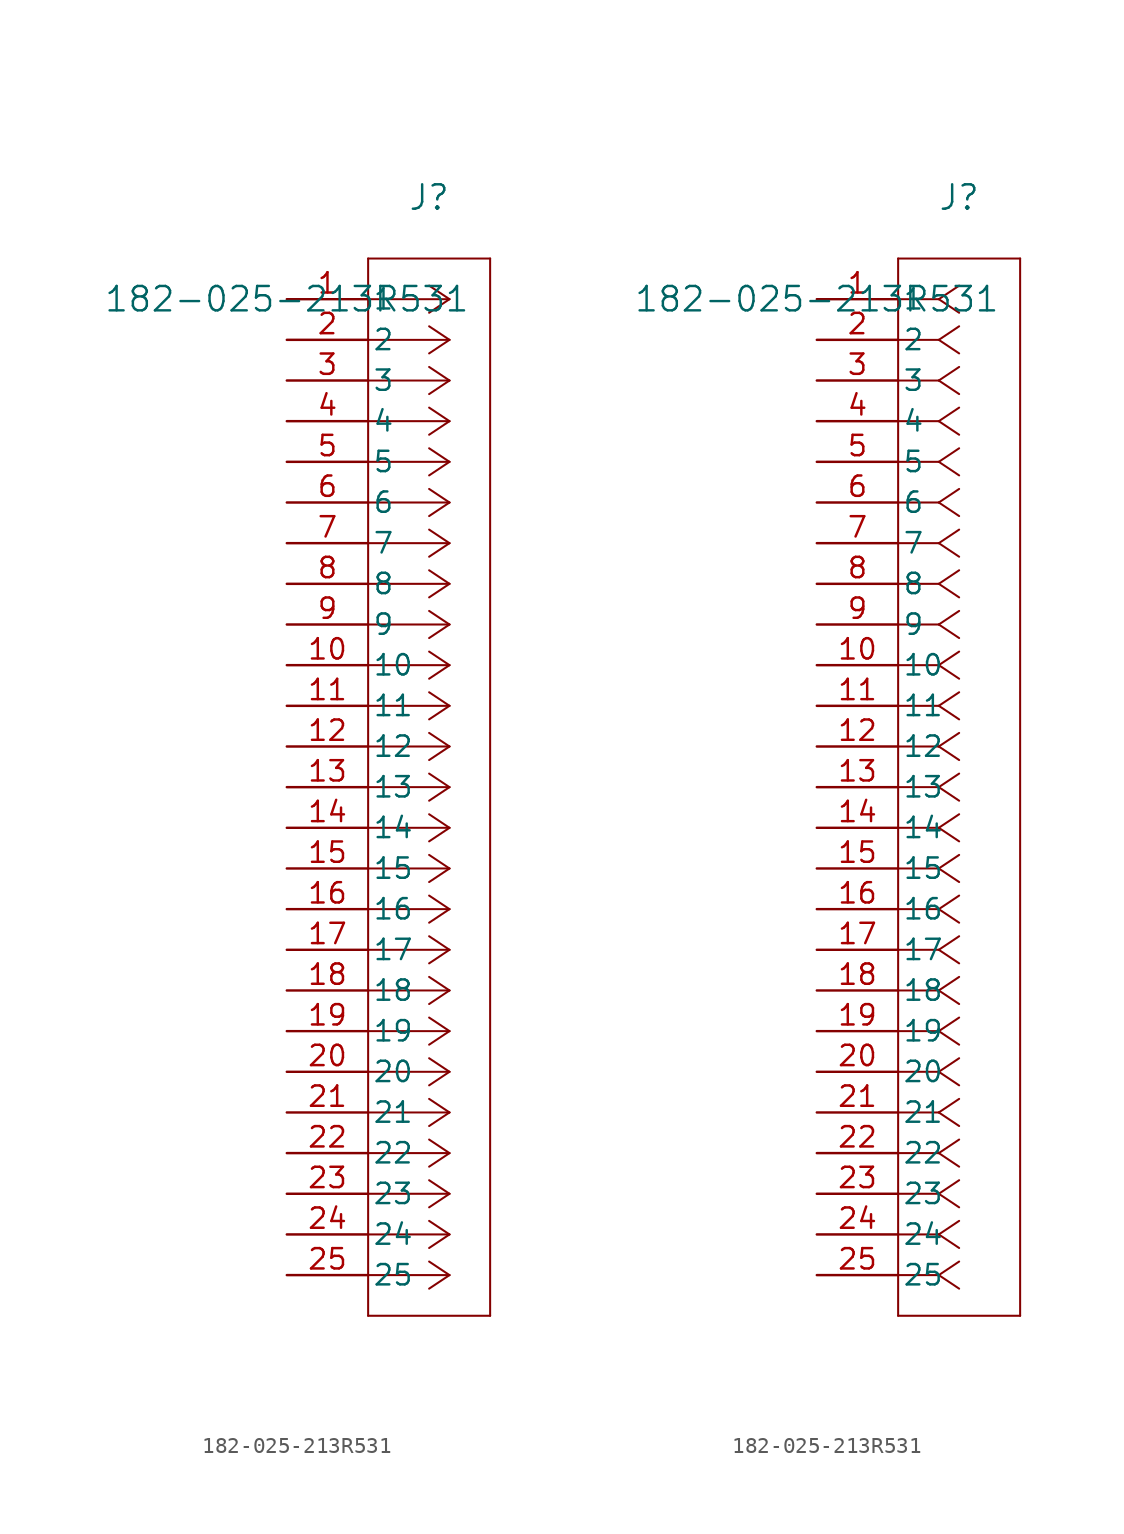
<source format=kicad_sym>
(kicad_symbol_lib
  (version 20211014)
  (generator kicad_symbol_editor)
  (symbol "182-025-213R531"
    (pin_names
      (offset 0.254))
    (property "Reference" "J"
      (at 8.89 6.35 0)
      (effects (font (size 1.524 1.524))))
    (property "Value" "182-025-213R531"
      (at 0 0 0)
      (effects (font (size 1.524 1.524))))
    (symbol "182-025-213R531_1_1"
      (polyline (pts (xy 10.16 0) (xy 5.08 0)) (stroke (width 0.127) (type default) (color 0 0 0 0)) (fill (type none)))
      (polyline (pts (xy 10.16 -2.54) (xy 5.08 -2.54)) (stroke (width 0.127) (type default) (color 0 0 0 0)) (fill (type none)))
      (polyline (pts (xy 10.16 -5.08) (xy 5.08 -5.08)) (stroke (width 0.127) (type default) (color 0 0 0 0)) (fill (type none)))
      (polyline (pts (xy 10.16 -7.62) (xy 5.08 -7.62)) (stroke (width 0.127) (type default) (color 0 0 0 0)) (fill (type none)))
      (polyline (pts (xy 10.16 -10.16) (xy 5.08 -10.16)) (stroke (width 0.127) (type default) (color 0 0 0 0)) (fill (type none)))
      (polyline (pts (xy 10.16 -12.7) (xy 5.08 -12.7)) (stroke (width 0.127) (type default) (color 0 0 0 0)) (fill (type none)))
      (polyline (pts (xy 10.16 -15.24) (xy 5.08 -15.24)) (stroke (width 0.127) (type default) (color 0 0 0 0)) (fill (type none)))
      (polyline (pts (xy 10.16 -17.78) (xy 5.08 -17.78)) (stroke (width 0.127) (type default) (color 0 0 0 0)) (fill (type none)))
      (polyline (pts (xy 10.16 -20.32) (xy 5.08 -20.32)) (stroke (width 0.127) (type default) (color 0 0 0 0)) (fill (type none)))
      (polyline (pts (xy 10.16 -22.86) (xy 5.08 -22.86)) (stroke (width 0.127) (type default) (color 0 0 0 0)) (fill (type none)))
      (polyline (pts (xy 10.16 -25.4) (xy 5.08 -25.4)) (stroke (width 0.127) (type default) (color 0 0 0 0)) (fill (type none)))
      (polyline (pts (xy 10.16 -27.94) (xy 5.08 -27.94)) (stroke (width 0.127) (type default) (color 0 0 0 0)) (fill (type none)))
      (polyline (pts (xy 10.16 -30.48) (xy 5.08 -30.48)) (stroke (width 0.127) (type default) (color 0 0 0 0)) (fill (type none)))
      (polyline (pts (xy 10.16 -33.02) (xy 5.08 -33.02)) (stroke (width 0.127) (type default) (color 0 0 0 0)) (fill (type none)))
      (polyline (pts (xy 10.16 -35.56) (xy 5.08 -35.56)) (stroke (width 0.127) (type default) (color 0 0 0 0)) (fill (type none)))
      (polyline (pts (xy 10.16 -38.1) (xy 5.08 -38.1)) (stroke (width 0.127) (type default) (color 0 0 0 0)) (fill (type none)))
      (polyline (pts (xy 10.16 -40.64) (xy 5.08 -40.64)) (stroke (width 0.127) (type default) (color 0 0 0 0)) (fill (type none)))
      (polyline (pts (xy 10.16 -43.18) (xy 5.08 -43.18)) (stroke (width 0.127) (type default) (color 0 0 0 0)) (fill (type none)))
      (polyline (pts (xy 10.16 -45.72) (xy 5.08 -45.72)) (stroke (width 0.127) (type default) (color 0 0 0 0)) (fill (type none)))
      (polyline (pts (xy 10.16 -48.26) (xy 5.08 -48.26)) (stroke (width 0.127) (type default) (color 0 0 0 0)) (fill (type none)))
      (polyline (pts (xy 10.16 -50.8) (xy 5.08 -50.8)) (stroke (width 0.127) (type default) (color 0 0 0 0)) (fill (type none)))
      (polyline (pts (xy 10.16 -53.34) (xy 5.08 -53.34)) (stroke (width 0.127) (type default) (color 0 0 0 0)) (fill (type none)))
      (polyline (pts (xy 10.16 -55.88) (xy 5.08 -55.88)) (stroke (width 0.127) (type default) (color 0 0 0 0)) (fill (type none)))
      (polyline (pts (xy 10.16 -58.42) (xy 5.08 -58.42)) (stroke (width 0.127) (type default) (color 0 0 0 0)) (fill (type none)))
      (polyline (pts (xy 10.16 -60.96) (xy 5.08 -60.96)) (stroke (width 0.127) (type default) (color 0 0 0 0)) (fill (type none)))
      (polyline (pts (xy 10.16 0) (xy 8.89 0.847)) (stroke (width 0.127) (type default) (color 0 0 0 0)) (fill (type none)))
      (polyline (pts (xy 10.16 -2.54) (xy 8.89 -1.693)) (stroke (width 0.127) (type default) (color 0 0 0 0)) (fill (type none)))
      (polyline (pts (xy 10.16 -5.08) (xy 8.89 -4.233)) (stroke (width 0.127) (type default) (color 0 0 0 0)) (fill (type none)))
      (polyline (pts (xy 10.16 -7.62) (xy 8.89 -6.773)) (stroke (width 0.127) (type default) (color 0 0 0 0)) (fill (type none)))
      (polyline (pts (xy 10.16 -10.16) (xy 8.89 -9.313)) (stroke (width 0.127) (type default) (color 0 0 0 0)) (fill (type none)))
      (polyline (pts (xy 10.16 -12.7) (xy 8.89 -11.853)) (stroke (width 0.127) (type default) (color 0 0 0 0)) (fill (type none)))
      (polyline (pts (xy 10.16 -15.24) (xy 8.89 -14.393)) (stroke (width 0.127) (type default) (color 0 0 0 0)) (fill (type none)))
      (polyline (pts (xy 10.16 -17.78) (xy 8.89 -16.933)) (stroke (width 0.127) (type default) (color 0 0 0 0)) (fill (type none)))
      (polyline (pts (xy 10.16 -20.32) (xy 8.89 -19.473)) (stroke (width 0.127) (type default) (color 0 0 0 0)) (fill (type none)))
      (polyline (pts (xy 10.16 -22.86) (xy 8.89 -22.013)) (stroke (width 0.127) (type default) (color 0 0 0 0)) (fill (type none)))
      (polyline (pts (xy 10.16 -25.4) (xy 8.89 -24.553)) (stroke (width 0.127) (type default) (color 0 0 0 0)) (fill (type none)))
      (polyline (pts (xy 10.16 -27.94) (xy 8.89 -27.093)) (stroke (width 0.127) (type default) (color 0 0 0 0)) (fill (type none)))
      (polyline (pts (xy 10.16 -30.48) (xy 8.89 -29.633)) (stroke (width 0.127) (type default) (color 0 0 0 0)) (fill (type none)))
      (polyline (pts (xy 10.16 -33.02) (xy 8.89 -32.173)) (stroke (width 0.127) (type default) (color 0 0 0 0)) (fill (type none)))
      (polyline (pts (xy 10.16 -35.56) (xy 8.89 -34.713)) (stroke (width 0.127) (type default) (color 0 0 0 0)) (fill (type none)))
      (polyline (pts (xy 10.16 -38.1) (xy 8.89 -37.253)) (stroke (width 0.127) (type default) (color 0 0 0 0)) (fill (type none)))
      (polyline (pts (xy 10.16 -40.64) (xy 8.89 -39.793)) (stroke (width 0.127) (type default) (color 0 0 0 0)) (fill (type none)))
      (polyline (pts (xy 10.16 -43.18) (xy 8.89 -42.333)) (stroke (width 0.127) (type default) (color 0 0 0 0)) (fill (type none)))
      (polyline (pts (xy 10.16 -45.72) (xy 8.89 -44.873)) (stroke (width 0.127) (type default) (color 0 0 0 0)) (fill (type none)))
      (polyline (pts (xy 10.16 -48.26) (xy 8.89 -47.413)) (stroke (width 0.127) (type default) (color 0 0 0 0)) (fill (type none)))
      (polyline (pts (xy 10.16 -50.8) (xy 8.89 -49.953)) (stroke (width 0.127) (type default) (color 0 0 0 0)) (fill (type none)))
      (polyline (pts (xy 10.16 -53.34) (xy 8.89 -52.493)) (stroke (width 0.127) (type default) (color 0 0 0 0)) (fill (type none)))
      (polyline (pts (xy 10.16 -55.88) (xy 8.89 -55.033)) (stroke (width 0.127) (type default) (color 0 0 0 0)) (fill (type none)))
      (polyline (pts (xy 10.16 -58.42) (xy 8.89 -57.573)) (stroke (width 0.127) (type default) (color 0 0 0 0)) (fill (type none)))
      (polyline (pts (xy 10.16 -60.96) (xy 8.89 -60.113)) (stroke (width 0.127) (type default) (color 0 0 0 0)) (fill (type none)))
      (polyline (pts (xy 10.16 0) (xy 8.89 -0.847)) (stroke (width 0.127) (type default) (color 0 0 0 0)) (fill (type none)))
      (polyline (pts (xy 10.16 -2.54) (xy 8.89 -3.387)) (stroke (width 0.127) (type default) (color 0 0 0 0)) (fill (type none)))
      (polyline (pts (xy 10.16 -5.08) (xy 8.89 -5.927)) (stroke (width 0.127) (type default) (color 0 0 0 0)) (fill (type none)))
      (polyline (pts (xy 10.16 -7.62) (xy 8.89 -8.467)) (stroke (width 0.127) (type default) (color 0 0 0 0)) (fill (type none)))
      (polyline (pts (xy 10.16 -10.16) (xy 8.89 -11.007)) (stroke (width 0.127) (type default) (color 0 0 0 0)) (fill (type none)))
      (polyline (pts (xy 10.16 -12.7) (xy 8.89 -13.547)) (stroke (width 0.127) (type default) (color 0 0 0 0)) (fill (type none)))
      (polyline (pts (xy 10.16 -15.24) (xy 8.89 -16.087)) (stroke (width 0.127) (type default) (color 0 0 0 0)) (fill (type none)))
      (polyline (pts (xy 10.16 -17.78) (xy 8.89 -18.627)) (stroke (width 0.127) (type default) (color 0 0 0 0)) (fill (type none)))
      (polyline (pts (xy 10.16 -20.32) (xy 8.89 -21.167)) (stroke (width 0.127) (type default) (color 0 0 0 0)) (fill (type none)))
      (polyline (pts (xy 10.16 -22.86) (xy 8.89 -23.707)) (stroke (width 0.127) (type default) (color 0 0 0 0)) (fill (type none)))
      (polyline (pts (xy 10.16 -25.4) (xy 8.89 -26.247)) (stroke (width 0.127) (type default) (color 0 0 0 0)) (fill (type none)))
      (polyline (pts (xy 10.16 -27.94) (xy 8.89 -28.787)) (stroke (width 0.127) (type default) (color 0 0 0 0)) (fill (type none)))
      (polyline (pts (xy 10.16 -30.48) (xy 8.89 -31.327)) (stroke (width 0.127) (type default) (color 0 0 0 0)) (fill (type none)))
      (polyline (pts (xy 10.16 -33.02) (xy 8.89 -33.867)) (stroke (width 0.127) (type default) (color 0 0 0 0)) (fill (type none)))
      (polyline (pts (xy 10.16 -35.56) (xy 8.89 -36.407)) (stroke (width 0.127) (type default) (color 0 0 0 0)) (fill (type none)))
      (polyline (pts (xy 10.16 -38.1) (xy 8.89 -38.947)) (stroke (width 0.127) (type default) (color 0 0 0 0)) (fill (type none)))
      (polyline (pts (xy 10.16 -40.64) (xy 8.89 -41.487)) (stroke (width 0.127) (type default) (color 0 0 0 0)) (fill (type none)))
      (polyline (pts (xy 10.16 -43.18) (xy 8.89 -44.027)) (stroke (width 0.127) (type default) (color 0 0 0 0)) (fill (type none)))
      (polyline (pts (xy 10.16 -45.72) (xy 8.89 -46.567)) (stroke (width 0.127) (type default) (color 0 0 0 0)) (fill (type none)))
      (polyline (pts (xy 10.16 -48.26) (xy 8.89 -49.107)) (stroke (width 0.127) (type default) (color 0 0 0 0)) (fill (type none)))
      (polyline (pts (xy 10.16 -50.8) (xy 8.89 -51.647)) (stroke (width 0.127) (type default) (color 0 0 0 0)) (fill (type none)))
      (polyline (pts (xy 10.16 -53.34) (xy 8.89 -54.187)) (stroke (width 0.127) (type default) (color 0 0 0 0)) (fill (type none)))
      (polyline (pts (xy 10.16 -55.88) (xy 8.89 -56.727)) (stroke (width 0.127) (type default) (color 0 0 0 0)) (fill (type none)))
      (polyline (pts (xy 10.16 -58.42) (xy 8.89 -59.267)) (stroke (width 0.127) (type default) (color 0 0 0 0)) (fill (type none)))
      (polyline (pts (xy 10.16 -60.96) (xy 8.89 -61.807)) (stroke (width 0.127) (type default) (color 0 0 0 0)) (fill (type none)))
      (polyline (pts (xy 5.08 2.54) (xy 5.08 -63.5)) (stroke (width 0.127) (type default) (color 0 0 0 0)) (fill (type none)))
      (polyline (pts (xy 5.08 -63.5) (xy 12.7 -63.5)) (stroke (width 0.127) (type default) (color 0 0 0 0)) (fill (type none)))
      (polyline (pts (xy 12.7 -63.5) (xy 12.7 2.54)) (stroke (width 0.127) (type default) (color 0 0 0 0)) (fill (type none)))
      (polyline (pts (xy 12.7 2.54) (xy 5.08 2.54)) (stroke (width 0.127) (type default) (color 0 0 0 0)) (fill (type none)))
      (pin unspecified line (at 0 0 0) (length 5.08) (name "1" (effects (font (size 1.27 1.27)))) (number "1" (effects (font (size 1.27 1.27)))))
      (pin unspecified line (at 0 -2.54 0) (length 5.08) (name "2" (effects (font (size 1.27 1.27)))) (number "2" (effects (font (size 1.27 1.27)))))
      (pin unspecified line (at 0 -5.08 0) (length 5.08) (name "3" (effects (font (size 1.27 1.27)))) (number "3" (effects (font (size 1.27 1.27)))))
      (pin unspecified line (at 0 -7.62 0) (length 5.08) (name "4" (effects (font (size 1.27 1.27)))) (number "4" (effects (font (size 1.27 1.27)))))
      (pin unspecified line (at 0 -10.16 0) (length 5.08) (name "5" (effects (font (size 1.27 1.27)))) (number "5" (effects (font (size 1.27 1.27)))))
      (pin unspecified line (at 0 -12.7 0) (length 5.08) (name "6" (effects (font (size 1.27 1.27)))) (number "6" (effects (font (size 1.27 1.27)))))
      (pin unspecified line (at 0 -15.24 0) (length 5.08) (name "7" (effects (font (size 1.27 1.27)))) (number "7" (effects (font (size 1.27 1.27)))))
      (pin unspecified line (at 0 -17.78 0) (length 5.08) (name "8" (effects (font (size 1.27 1.27)))) (number "8" (effects (font (size 1.27 1.27)))))
      (pin unspecified line (at 0 -20.32 0) (length 5.08) (name "9" (effects (font (size 1.27 1.27)))) (number "9" (effects (font (size 1.27 1.27)))))
      (pin unspecified line (at 0 -22.86 0) (length 5.08) (name "10" (effects (font (size 1.27 1.27)))) (number "10" (effects (font (size 1.27 1.27)))))
      (pin unspecified line (at 0 -25.4 0) (length 5.08) (name "11" (effects (font (size 1.27 1.27)))) (number "11" (effects (font (size 1.27 1.27)))))
      (pin unspecified line (at 0 -27.94 0) (length 5.08) (name "12" (effects (font (size 1.27 1.27)))) (number "12" (effects (font (size 1.27 1.27)))))
      (pin unspecified line (at 0 -30.48 0) (length 5.08) (name "13" (effects (font (size 1.27 1.27)))) (number "13" (effects (font (size 1.27 1.27)))))
      (pin unspecified line (at 0 -33.02 0) (length 5.08) (name "14" (effects (font (size 1.27 1.27)))) (number "14" (effects (font (size 1.27 1.27)))))
      (pin unspecified line (at 0 -35.56 0) (length 5.08) (name "15" (effects (font (size 1.27 1.27)))) (number "15" (effects (font (size 1.27 1.27)))))
      (pin unspecified line (at 0 -38.1 0) (length 5.08) (name "16" (effects (font (size 1.27 1.27)))) (number "16" (effects (font (size 1.27 1.27)))))
      (pin unspecified line (at 0 -40.64 0) (length 5.08) (name "17" (effects (font (size 1.27 1.27)))) (number "17" (effects (font (size 1.27 1.27)))))
      (pin unspecified line (at 0 -43.18 0) (length 5.08) (name "18" (effects (font (size 1.27 1.27)))) (number "18" (effects (font (size 1.27 1.27)))))
      (pin unspecified line (at 0 -45.72 0) (length 5.08) (name "19" (effects (font (size 1.27 1.27)))) (number "19" (effects (font (size 1.27 1.27)))))
      (pin unspecified line (at 0 -48.26 0) (length 5.08) (name "20" (effects (font (size 1.27 1.27)))) (number "20" (effects (font (size 1.27 1.27)))))
      (pin unspecified line (at 0 -50.8 0) (length 5.08) (name "21" (effects (font (size 1.27 1.27)))) (number "21" (effects (font (size 1.27 1.27)))))
      (pin unspecified line (at 0 -53.34 0) (length 5.08) (name "22" (effects (font (size 1.27 1.27)))) (number "22" (effects (font (size 1.27 1.27)))))
      (pin unspecified line (at 0 -55.88 0) (length 5.08) (name "23" (effects (font (size 1.27 1.27)))) (number "23" (effects (font (size 1.27 1.27)))))
      (pin unspecified line (at 0 -58.42 0) (length 5.08) (name "24" (effects (font (size 1.27 1.27)))) (number "24" (effects (font (size 1.27 1.27)))))
      (pin unspecified line (at 0 -60.96 0) (length 5.08) (name "25" (effects (font (size 1.27 1.27)))) (number "25" (effects (font (size 1.27 1.27))))))
    (symbol "182-025-213R531_1_2"
      (polyline (pts (xy 7.62 0) (xy 5.08 0)) (stroke (width 0.127) (type default) (color 0 0 0 0)) (fill (type none)))
      (polyline (pts (xy 7.62 -2.54) (xy 5.08 -2.54)) (stroke (width 0.127) (type default) (color 0 0 0 0)) (fill (type none)))
      (polyline (pts (xy 7.62 -5.08) (xy 5.08 -5.08)) (stroke (width 0.127) (type default) (color 0 0 0 0)) (fill (type none)))
      (polyline (pts (xy 7.62 -7.62) (xy 5.08 -7.62)) (stroke (width 0.127) (type default) (color 0 0 0 0)) (fill (type none)))
      (polyline (pts (xy 7.62 -10.16) (xy 5.08 -10.16)) (stroke (width 0.127) (type default) (color 0 0 0 0)) (fill (type none)))
      (polyline (pts (xy 7.62 -12.7) (xy 5.08 -12.7)) (stroke (width 0.127) (type default) (color 0 0 0 0)) (fill (type none)))
      (polyline (pts (xy 7.62 -15.24) (xy 5.08 -15.24)) (stroke (width 0.127) (type default) (color 0 0 0 0)) (fill (type none)))
      (polyline (pts (xy 7.62 -17.78) (xy 5.08 -17.78)) (stroke (width 0.127) (type default) (color 0 0 0 0)) (fill (type none)))
      (polyline (pts (xy 7.62 -20.32) (xy 5.08 -20.32)) (stroke (width 0.127) (type default) (color 0 0 0 0)) (fill (type none)))
      (polyline (pts (xy 7.62 -22.86) (xy 5.08 -22.86)) (stroke (width 0.127) (type default) (color 0 0 0 0)) (fill (type none)))
      (polyline (pts (xy 7.62 -25.4) (xy 5.08 -25.4)) (stroke (width 0.127) (type default) (color 0 0 0 0)) (fill (type none)))
      (polyline (pts (xy 7.62 -27.94) (xy 5.08 -27.94)) (stroke (width 0.127) (type default) (color 0 0 0 0)) (fill (type none)))
      (polyline (pts (xy 7.62 -30.48) (xy 5.08 -30.48)) (stroke (width 0.127) (type default) (color 0 0 0 0)) (fill (type none)))
      (polyline (pts (xy 7.62 -33.02) (xy 5.08 -33.02)) (stroke (width 0.127) (type default) (color 0 0 0 0)) (fill (type none)))
      (polyline (pts (xy 7.62 -35.56) (xy 5.08 -35.56)) (stroke (width 0.127) (type default) (color 0 0 0 0)) (fill (type none)))
      (polyline (pts (xy 7.62 -38.1) (xy 5.08 -38.1)) (stroke (width 0.127) (type default) (color 0 0 0 0)) (fill (type none)))
      (polyline (pts (xy 7.62 -40.64) (xy 5.08 -40.64)) (stroke (width 0.127) (type default) (color 0 0 0 0)) (fill (type none)))
      (polyline (pts (xy 7.62 -43.18) (xy 5.08 -43.18)) (stroke (width 0.127) (type default) (color 0 0 0 0)) (fill (type none)))
      (polyline (pts (xy 7.62 -45.72) (xy 5.08 -45.72)) (stroke (width 0.127) (type default) (color 0 0 0 0)) (fill (type none)))
      (polyline (pts (xy 7.62 -48.26) (xy 5.08 -48.26)) (stroke (width 0.127) (type default) (color 0 0 0 0)) (fill (type none)))
      (polyline (pts (xy 7.62 -50.8) (xy 5.08 -50.8)) (stroke (width 0.127) (type default) (color 0 0 0 0)) (fill (type none)))
      (polyline (pts (xy 7.62 -53.34) (xy 5.08 -53.34)) (stroke (width 0.127) (type default) (color 0 0 0 0)) (fill (type none)))
      (polyline (pts (xy 7.62 -55.88) (xy 5.08 -55.88)) (stroke (width 0.127) (type default) (color 0 0 0 0)) (fill (type none)))
      (polyline (pts (xy 7.62 -58.42) (xy 5.08 -58.42)) (stroke (width 0.127) (type default) (color 0 0 0 0)) (fill (type none)))
      (polyline (pts (xy 7.62 -60.96) (xy 5.08 -60.96)) (stroke (width 0.127) (type default) (color 0 0 0 0)) (fill (type none)))
      (polyline (pts (xy 7.62 0) (xy 8.89 0.847)) (stroke (width 0.127) (type default) (color 0 0 0 0)) (fill (type none)))
      (polyline (pts (xy 7.62 -2.54) (xy 8.89 -1.693)) (stroke (width 0.127) (type default) (color 0 0 0 0)) (fill (type none)))
      (polyline (pts (xy 7.62 -5.08) (xy 8.89 -4.233)) (stroke (width 0.127) (type default) (color 0 0 0 0)) (fill (type none)))
      (polyline (pts (xy 7.62 -7.62) (xy 8.89 -6.773)) (stroke (width 0.127) (type default) (color 0 0 0 0)) (fill (type none)))
      (polyline (pts (xy 7.62 -10.16) (xy 8.89 -9.313)) (stroke (width 0.127) (type default) (color 0 0 0 0)) (fill (type none)))
      (polyline (pts (xy 7.62 -12.7) (xy 8.89 -11.853)) (stroke (width 0.127) (type default) (color 0 0 0 0)) (fill (type none)))
      (polyline (pts (xy 7.62 -15.24) (xy 8.89 -14.393)) (stroke (width 0.127) (type default) (color 0 0 0 0)) (fill (type none)))
      (polyline (pts (xy 7.62 -17.78) (xy 8.89 -16.933)) (stroke (width 0.127) (type default) (color 0 0 0 0)) (fill (type none)))
      (polyline (pts (xy 7.62 -20.32) (xy 8.89 -19.473)) (stroke (width 0.127) (type default) (color 0 0 0 0)) (fill (type none)))
      (polyline (pts (xy 7.62 -22.86) (xy 8.89 -22.013)) (stroke (width 0.127) (type default) (color 0 0 0 0)) (fill (type none)))
      (polyline (pts (xy 7.62 -25.4) (xy 8.89 -24.553)) (stroke (width 0.127) (type default) (color 0 0 0 0)) (fill (type none)))
      (polyline (pts (xy 7.62 -27.94) (xy 8.89 -27.093)) (stroke (width 0.127) (type default) (color 0 0 0 0)) (fill (type none)))
      (polyline (pts (xy 7.62 -30.48) (xy 8.89 -29.633)) (stroke (width 0.127) (type default) (color 0 0 0 0)) (fill (type none)))
      (polyline (pts (xy 7.62 -33.02) (xy 8.89 -32.173)) (stroke (width 0.127) (type default) (color 0 0 0 0)) (fill (type none)))
      (polyline (pts (xy 7.62 -35.56) (xy 8.89 -34.713)) (stroke (width 0.127) (type default) (color 0 0 0 0)) (fill (type none)))
      (polyline (pts (xy 7.62 -38.1) (xy 8.89 -37.253)) (stroke (width 0.127) (type default) (color 0 0 0 0)) (fill (type none)))
      (polyline (pts (xy 7.62 -40.64) (xy 8.89 -39.793)) (stroke (width 0.127) (type default) (color 0 0 0 0)) (fill (type none)))
      (polyline (pts (xy 7.62 -43.18) (xy 8.89 -42.333)) (stroke (width 0.127) (type default) (color 0 0 0 0)) (fill (type none)))
      (polyline (pts (xy 7.62 -45.72) (xy 8.89 -44.873)) (stroke (width 0.127) (type default) (color 0 0 0 0)) (fill (type none)))
      (polyline (pts (xy 7.62 -48.26) (xy 8.89 -47.413)) (stroke (width 0.127) (type default) (color 0 0 0 0)) (fill (type none)))
      (polyline (pts (xy 7.62 -50.8) (xy 8.89 -49.953)) (stroke (width 0.127) (type default) (color 0 0 0 0)) (fill (type none)))
      (polyline (pts (xy 7.62 -53.34) (xy 8.89 -52.493)) (stroke (width 0.127) (type default) (color 0 0 0 0)) (fill (type none)))
      (polyline (pts (xy 7.62 -55.88) (xy 8.89 -55.033)) (stroke (width 0.127) (type default) (color 0 0 0 0)) (fill (type none)))
      (polyline (pts (xy 7.62 -58.42) (xy 8.89 -57.573)) (stroke (width 0.127) (type default) (color 0 0 0 0)) (fill (type none)))
      (polyline (pts (xy 7.62 -60.96) (xy 8.89 -60.113)) (stroke (width 0.127) (type default) (color 0 0 0 0)) (fill (type none)))
      (polyline (pts (xy 7.62 0) (xy 8.89 -0.847)) (stroke (width 0.127) (type default) (color 0 0 0 0)) (fill (type none)))
      (polyline (pts (xy 7.62 -2.54) (xy 8.89 -3.387)) (stroke (width 0.127) (type default) (color 0 0 0 0)) (fill (type none)))
      (polyline (pts (xy 7.62 -5.08) (xy 8.89 -5.927)) (stroke (width 0.127) (type default) (color 0 0 0 0)) (fill (type none)))
      (polyline (pts (xy 7.62 -7.62) (xy 8.89 -8.467)) (stroke (width 0.127) (type default) (color 0 0 0 0)) (fill (type none)))
      (polyline (pts (xy 7.62 -10.16) (xy 8.89 -11.007)) (stroke (width 0.127) (type default) (color 0 0 0 0)) (fill (type none)))
      (polyline (pts (xy 7.62 -12.7) (xy 8.89 -13.547)) (stroke (width 0.127) (type default) (color 0 0 0 0)) (fill (type none)))
      (polyline (pts (xy 7.62 -15.24) (xy 8.89 -16.087)) (stroke (width 0.127) (type default) (color 0 0 0 0)) (fill (type none)))
      (polyline (pts (xy 7.62 -17.78) (xy 8.89 -18.627)) (stroke (width 0.127) (type default) (color 0 0 0 0)) (fill (type none)))
      (polyline (pts (xy 7.62 -20.32) (xy 8.89 -21.167)) (stroke (width 0.127) (type default) (color 0 0 0 0)) (fill (type none)))
      (polyline (pts (xy 7.62 -22.86) (xy 8.89 -23.707)) (stroke (width 0.127) (type default) (color 0 0 0 0)) (fill (type none)))
      (polyline (pts (xy 7.62 -25.4) (xy 8.89 -26.247)) (stroke (width 0.127) (type default) (color 0 0 0 0)) (fill (type none)))
      (polyline (pts (xy 7.62 -27.94) (xy 8.89 -28.787)) (stroke (width 0.127) (type default) (color 0 0 0 0)) (fill (type none)))
      (polyline (pts (xy 7.62 -30.48) (xy 8.89 -31.327)) (stroke (width 0.127) (type default) (color 0 0 0 0)) (fill (type none)))
      (polyline (pts (xy 7.62 -33.02) (xy 8.89 -33.867)) (stroke (width 0.127) (type default) (color 0 0 0 0)) (fill (type none)))
      (polyline (pts (xy 7.62 -35.56) (xy 8.89 -36.407)) (stroke (width 0.127) (type default) (color 0 0 0 0)) (fill (type none)))
      (polyline (pts (xy 7.62 -38.1) (xy 8.89 -38.947)) (stroke (width 0.127) (type default) (color 0 0 0 0)) (fill (type none)))
      (polyline (pts (xy 7.62 -40.64) (xy 8.89 -41.487)) (stroke (width 0.127) (type default) (color 0 0 0 0)) (fill (type none)))
      (polyline (pts (xy 7.62 -43.18) (xy 8.89 -44.027)) (stroke (width 0.127) (type default) (color 0 0 0 0)) (fill (type none)))
      (polyline (pts (xy 7.62 -45.72) (xy 8.89 -46.567)) (stroke (width 0.127) (type default) (color 0 0 0 0)) (fill (type none)))
      (polyline (pts (xy 7.62 -48.26) (xy 8.89 -49.107)) (stroke (width 0.127) (type default) (color 0 0 0 0)) (fill (type none)))
      (polyline (pts (xy 7.62 -50.8) (xy 8.89 -51.647)) (stroke (width 0.127) (type default) (color 0 0 0 0)) (fill (type none)))
      (polyline (pts (xy 7.62 -53.34) (xy 8.89 -54.187)) (stroke (width 0.127) (type default) (color 0 0 0 0)) (fill (type none)))
      (polyline (pts (xy 7.62 -55.88) (xy 8.89 -56.727)) (stroke (width 0.127) (type default) (color 0 0 0 0)) (fill (type none)))
      (polyline (pts (xy 7.62 -58.42) (xy 8.89 -59.267)) (stroke (width 0.127) (type default) (color 0 0 0 0)) (fill (type none)))
      (polyline (pts (xy 7.62 -60.96) (xy 8.89 -61.807)) (stroke (width 0.127) (type default) (color 0 0 0 0)) (fill (type none)))
      (polyline (pts (xy 5.08 2.54) (xy 5.08 -63.5)) (stroke (width 0.127) (type default) (color 0 0 0 0)) (fill (type none)))
      (polyline (pts (xy 5.08 -63.5) (xy 12.7 -63.5)) (stroke (width 0.127) (type default) (color 0 0 0 0)) (fill (type none)))
      (polyline (pts (xy 12.7 -63.5) (xy 12.7 2.54)) (stroke (width 0.127) (type default) (color 0 0 0 0)) (fill (type none)))
      (polyline (pts (xy 12.7 2.54) (xy 5.08 2.54)) (stroke (width 0.127) (type default) (color 0 0 0 0)) (fill (type none)))
      (pin unspecified line (at 0 0 0) (length 5.08) (name "1" (effects (font (size 1.27 1.27)))) (number "1" (effects (font (size 1.27 1.27)))))
      (pin unspecified line (at 0 -2.54 0) (length 5.08) (name "2" (effects (font (size 1.27 1.27)))) (number "2" (effects (font (size 1.27 1.27)))))
      (pin unspecified line (at 0 -5.08 0) (length 5.08) (name "3" (effects (font (size 1.27 1.27)))) (number "3" (effects (font (size 1.27 1.27)))))
      (pin unspecified line (at 0 -7.62 0) (length 5.08) (name "4" (effects (font (size 1.27 1.27)))) (number "4" (effects (font (size 1.27 1.27)))))
      (pin unspecified line (at 0 -10.16 0) (length 5.08) (name "5" (effects (font (size 1.27 1.27)))) (number "5" (effects (font (size 1.27 1.27)))))
      (pin unspecified line (at 0 -12.7 0) (length 5.08) (name "6" (effects (font (size 1.27 1.27)))) (number "6" (effects (font (size 1.27 1.27)))))
      (pin unspecified line (at 0 -15.24 0) (length 5.08) (name "7" (effects (font (size 1.27 1.27)))) (number "7" (effects (font (size 1.27 1.27)))))
      (pin unspecified line (at 0 -17.78 0) (length 5.08) (name "8" (effects (font (size 1.27 1.27)))) (number "8" (effects (font (size 1.27 1.27)))))
      (pin unspecified line (at 0 -20.32 0) (length 5.08) (name "9" (effects (font (size 1.27 1.27)))) (number "9" (effects (font (size 1.27 1.27)))))
      (pin unspecified line (at 0 -22.86 0) (length 5.08) (name "10" (effects (font (size 1.27 1.27)))) (number "10" (effects (font (size 1.27 1.27)))))
      (pin unspecified line (at 0 -25.4 0) (length 5.08) (name "11" (effects (font (size 1.27 1.27)))) (number "11" (effects (font (size 1.27 1.27)))))
      (pin unspecified line (at 0 -27.94 0) (length 5.08) (name "12" (effects (font (size 1.27 1.27)))) (number "12" (effects (font (size 1.27 1.27)))))
      (pin unspecified line (at 0 -30.48 0) (length 5.08) (name "13" (effects (font (size 1.27 1.27)))) (number "13" (effects (font (size 1.27 1.27)))))
      (pin unspecified line (at 0 -33.02 0) (length 5.08) (name "14" (effects (font (size 1.27 1.27)))) (number "14" (effects (font (size 1.27 1.27)))))
      (pin unspecified line (at 0 -35.56 0) (length 5.08) (name "15" (effects (font (size 1.27 1.27)))) (number "15" (effects (font (size 1.27 1.27)))))
      (pin unspecified line (at 0 -38.1 0) (length 5.08) (name "16" (effects (font (size 1.27 1.27)))) (number "16" (effects (font (size 1.27 1.27)))))
      (pin unspecified line (at 0 -40.64 0) (length 5.08) (name "17" (effects (font (size 1.27 1.27)))) (number "17" (effects (font (size 1.27 1.27)))))
      (pin unspecified line (at 0 -43.18 0) (length 5.08) (name "18" (effects (font (size 1.27 1.27)))) (number "18" (effects (font (size 1.27 1.27)))))
      (pin unspecified line (at 0 -45.72 0) (length 5.08) (name "19" (effects (font (size 1.27 1.27)))) (number "19" (effects (font (size 1.27 1.27)))))
      (pin unspecified line (at 0 -48.26 0) (length 5.08) (name "20" (effects (font (size 1.27 1.27)))) (number "20" (effects (font (size 1.27 1.27)))))
      (pin unspecified line (at 0 -50.8 0) (length 5.08) (name "21" (effects (font (size 1.27 1.27)))) (number "21" (effects (font (size 1.27 1.27)))))
      (pin unspecified line (at 0 -53.34 0) (length 5.08) (name "22" (effects (font (size 1.27 1.27)))) (number "22" (effects (font (size 1.27 1.27)))))
      (pin unspecified line (at 0 -55.88 0) (length 5.08) (name "23" (effects (font (size 1.27 1.27)))) (number "23" (effects (font (size 1.27 1.27)))))
      (pin unspecified line (at 0 -58.42 0) (length 5.08) (name "24" (effects (font (size 1.27 1.27)))) (number "24" (effects (font (size 1.27 1.27)))))
      (pin unspecified line (at 0 -60.96 0) (length 5.08) (name "25" (effects (font (size 1.27 1.27)))) (number "25" (effects (font (size 1.27 1.27))))))))
</source>
